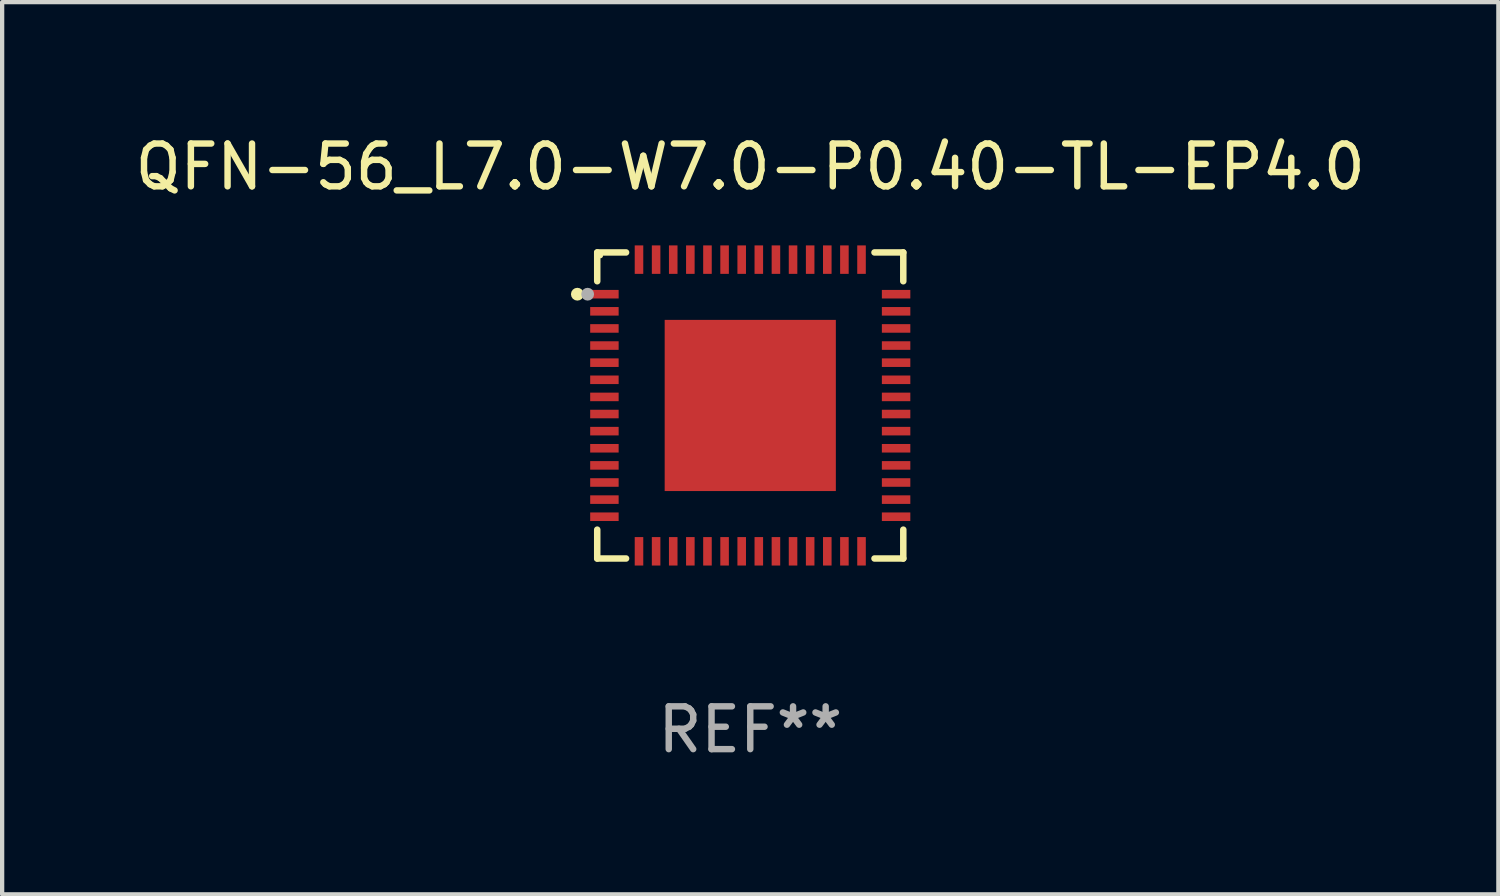
<source format=kicad_pcb>
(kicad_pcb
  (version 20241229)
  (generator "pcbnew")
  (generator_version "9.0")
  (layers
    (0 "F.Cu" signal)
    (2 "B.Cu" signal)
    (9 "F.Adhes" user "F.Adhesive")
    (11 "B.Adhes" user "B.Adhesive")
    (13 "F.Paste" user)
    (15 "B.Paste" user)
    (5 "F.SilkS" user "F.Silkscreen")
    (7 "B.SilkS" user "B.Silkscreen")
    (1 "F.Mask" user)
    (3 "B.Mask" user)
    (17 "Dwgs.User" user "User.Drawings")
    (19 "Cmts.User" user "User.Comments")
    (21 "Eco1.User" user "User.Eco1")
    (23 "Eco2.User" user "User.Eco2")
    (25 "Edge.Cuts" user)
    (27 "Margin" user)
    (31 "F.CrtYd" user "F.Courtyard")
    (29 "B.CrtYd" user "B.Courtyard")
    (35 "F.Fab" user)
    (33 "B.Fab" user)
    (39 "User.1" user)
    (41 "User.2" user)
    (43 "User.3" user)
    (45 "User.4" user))
  (footprint "QFN-56_L7.0-W7.0-P0.40-TL-EP4.0"
    (layer "F.Cu")
    (at 14.482 6.425)
    (property "Reference" "QFN-56_L7.0-W7.0-P0.40-TL-EP4.0" (at 0.000076 -5.576 0) (layer "F.SilkS") (effects (font (size 1 1) (thickness 0.15))))
    (attr through_hole)
    (fp_line (start -3.576 -3.576) (end -3.576 -2.903) (stroke (width 0.152) (type solid)) (layer "F.SilkS"))
    (fp_line (start -3.576 3.576) (end -3.576 2.902) (stroke (width 0.152) (type solid)) (layer "F.SilkS"))
    (fp_line (start -2.902 -3.576) (end -3.576 -3.576) (stroke (width 0.152) (type solid)) (layer "F.SilkS"))
    (fp_line (start -2.902 3.576) (end -3.576 3.576) (stroke (width 0.152) (type solid)) (layer "F.SilkS"))
    (fp_line (start 2.903 -3.576) (end 3.576 -3.576) (stroke (width 0.152) (type solid)) (layer "F.SilkS"))
    (fp_line (start 2.903 3.576) (end 3.576 3.576) (stroke (width 0.152) (type solid)) (layer "F.SilkS"))
    (fp_line (start 3.576 -3.576) (end 3.576 -2.903) (stroke (width 0.152) (type solid)) (layer "F.SilkS"))
    (fp_line (start 3.576 3.576) (end 3.576 2.902) (stroke (width 0.152) (type solid)) (layer "F.SilkS"))
    (fp_circle (center -4.04 -2.6) (end -3.965 -2.6) (stroke (width 0.15) (type solid)) (fill no) (layer "F.SilkS"))
    (fp_circle (center -3.5 -3.5) (end -3.47 -3.5) (stroke (width 0.06) (type solid)) (fill no) (layer "F.SilkS"))
    (fp_circle (center -3.8 -2.6) (end -3.725 -2.6) (stroke (width 0.15) (type solid)) (fill no) (layer "F.Fab"))
    (fp_text user "REF**" (at 0.000076 7.576 0) (layer "F.Fab") (effects (font (size 1 1) (thickness 0.15))))
    (pad "1" smd rect (at -3.408 -2.6) (size 0.665 0.2) (layers "F.Cu" "F.Mask" "F.Paste"))
    (pad "2" smd rect (at -3.408 -2.2) (size 0.665 0.2) (layers "F.Cu" "F.Mask" "F.Paste"))
    (pad "3" smd rect (at -3.408 -1.8) (size 0.665 0.2) (layers "F.Cu" "F.Mask" "F.Paste"))
    (pad "4" smd rect (at -3.408 -1.4) (size 0.665 0.2) (layers "F.Cu" "F.Mask" "F.Paste"))
    (pad "5" smd rect (at -3.408 -1) (size 0.665 0.2) (layers "F.Cu" "F.Mask" "F.Paste"))
    (pad "6" smd rect (at -3.408 -0.6) (size 0.665 0.2) (layers "F.Cu" "F.Mask" "F.Paste"))
    (pad "7" smd rect (at -3.408 -0.2) (size 0.665 0.2) (layers "F.Cu" "F.Mask" "F.Paste"))
    (pad "8" smd rect (at -3.408 0.2) (size 0.665 0.2) (layers "F.Cu" "F.Mask" "F.Paste"))
    (pad "9" smd rect (at -3.408 0.6) (size 0.665 0.2) (layers "F.Cu" "F.Mask" "F.Paste"))
    (pad "10" smd rect (at -3.408 1) (size 0.665 0.2) (layers "F.Cu" "F.Mask" "F.Paste"))
    (pad "11" smd rect (at -3.408 1.4) (size 0.665 0.2) (layers "F.Cu" "F.Mask" "F.Paste"))
    (pad "12" smd rect (at -3.408 1.8) (size 0.665 0.2) (layers "F.Cu" "F.Mask" "F.Paste"))
    (pad "13" smd rect (at -3.408 2.2) (size 0.665 0.2) (layers "F.Cu" "F.Mask" "F.Paste"))
    (pad "14" smd rect (at -3.408 2.6) (size 0.665 0.2) (layers "F.Cu" "F.Mask" "F.Paste"))
    (pad "15" smd rect (at -2.6 3.408) (size 0.2 0.665) (layers "F.Cu" "F.Mask" "F.Paste"))
    (pad "16" smd rect (at -2.2 3.408) (size 0.2 0.665) (layers "F.Cu" "F.Mask" "F.Paste"))
    (pad "17" smd rect (at -1.8 3.408) (size 0.2 0.665) (layers "F.Cu" "F.Mask" "F.Paste"))
    (pad "18" smd rect (at -1.4 3.408) (size 0.2 0.665) (layers "F.Cu" "F.Mask" "F.Paste"))
    (pad "19" smd rect (at -1 3.408) (size 0.2 0.665) (layers "F.Cu" "F.Mask" "F.Paste"))
    (pad "20" smd rect (at -0.6 3.408) (size 0.2 0.665) (layers "F.Cu" "F.Mask" "F.Paste"))
    (pad "21" smd rect (at -0.2 3.408) (size 0.2 0.665) (layers "F.Cu" "F.Mask" "F.Paste"))
    (pad "22" smd rect (at 0.2 3.408) (size 0.2 0.665) (layers "F.Cu" "F.Mask" "F.Paste"))
    (pad "23" smd rect (at 0.6 3.408) (size 0.2 0.665) (layers "F.Cu" "F.Mask" "F.Paste"))
    (pad "24" smd rect (at 1 3.408) (size 0.2 0.665) (layers "F.Cu" "F.Mask" "F.Paste"))
    (pad "25" smd rect (at 1.4 3.408) (size 0.2 0.665) (layers "F.Cu" "F.Mask" "F.Paste"))
    (pad "26" smd rect (at 1.8 3.408) (size 0.2 0.665) (layers "F.Cu" "F.Mask" "F.Paste"))
    (pad "27" smd rect (at 2.2 3.408) (size 0.2 0.665) (layers "F.Cu" "F.Mask" "F.Paste"))
    (pad "28" smd rect (at 2.6 3.408) (size 0.2 0.665) (layers "F.Cu" "F.Mask" "F.Paste"))
    (pad "29" smd rect (at 3.408 2.6) (size 0.665 0.2) (layers "F.Cu" "F.Mask" "F.Paste"))
    (pad "30" smd rect (at 3.408 2.2) (size 0.665 0.2) (layers "F.Cu" "F.Mask" "F.Paste"))
    (pad "31" smd rect (at 3.408 1.8) (size 0.665 0.2) (layers "F.Cu" "F.Mask" "F.Paste"))
    (pad "32" smd rect (at 3.408 1.4) (size 0.665 0.2) (layers "F.Cu" "F.Mask" "F.Paste"))
    (pad "33" smd rect (at 3.408 1) (size 0.665 0.2) (layers "F.Cu" "F.Mask" "F.Paste"))
    (pad "34" smd rect (at 3.408 0.6) (size 0.665 0.2) (layers "F.Cu" "F.Mask" "F.Paste"))
    (pad "35" smd rect (at 3.408 0.2) (size 0.665 0.2) (layers "F.Cu" "F.Mask" "F.Paste"))
    (pad "36" smd rect (at 3.408 -0.2) (size 0.665 0.2) (layers "F.Cu" "F.Mask" "F.Paste"))
    (pad "37" smd rect (at 3.408 -0.6) (size 0.665 0.2) (layers "F.Cu" "F.Mask" "F.Paste"))
    (pad "38" smd rect (at 3.408 -1) (size 0.665 0.2) (layers "F.Cu" "F.Mask" "F.Paste"))
    (pad "39" smd rect (at 3.408 -1.4) (size 0.665 0.2) (layers "F.Cu" "F.Mask" "F.Paste"))
    (pad "40" smd rect (at 3.408 -1.8) (size 0.665 0.2) (layers "F.Cu" "F.Mask" "F.Paste"))
    (pad "41" smd rect (at 3.408 -2.2) (size 0.665 0.2) (layers "F.Cu" "F.Mask" "F.Paste"))
    (pad "42" smd rect (at 3.408 -2.6) (size 0.665 0.2) (layers "F.Cu" "F.Mask" "F.Paste"))
    (pad "43" smd rect (at 2.6 -3.408) (size 0.2 0.665) (layers "F.Cu" "F.Mask" "F.Paste"))
    (pad "44" smd rect (at 2.2 -3.408) (size 0.2 0.665) (layers "F.Cu" "F.Mask" "F.Paste"))
    (pad "45" smd rect (at 1.8 -3.408) (size 0.2 0.665) (layers "F.Cu" "F.Mask" "F.Paste"))
    (pad "46" smd rect (at 1.4 -3.408) (size 0.2 0.665) (layers "F.Cu" "F.Mask" "F.Paste"))
    (pad "47" smd rect (at 1 -3.408) (size 0.2 0.665) (layers "F.Cu" "F.Mask" "F.Paste"))
    (pad "48" smd rect (at 0.6 -3.408) (size 0.2 0.665) (layers "F.Cu" "F.Mask" "F.Paste"))
    (pad "49" smd rect (at 0.2 -3.408) (size 0.2 0.665) (layers "F.Cu" "F.Mask" "F.Paste"))
    (pad "50" smd rect (at -0.2 -3.408) (size 0.2 0.665) (layers "F.Cu" "F.Mask" "F.Paste"))
    (pad "51" smd rect (at -0.6 -3.408) (size 0.2 0.665) (layers "F.Cu" "F.Mask" "F.Paste"))
    (pad "52" smd rect (at -1 -3.408) (size 0.2 0.665) (layers "F.Cu" "F.Mask" "F.Paste"))
    (pad "53" smd rect (at -1.4 -3.408) (size 0.2 0.665) (layers "F.Cu" "F.Mask" "F.Paste"))
    (pad "54" smd rect (at -1.8 -3.408) (size 0.2 0.665) (layers "F.Cu" "F.Mask" "F.Paste"))
    (pad "55" smd rect (at -2.2 -3.408) (size 0.2 0.665) (layers "F.Cu" "F.Mask" "F.Paste"))
    (pad "56" smd rect (at -2.6 -3.408) (size 0.2 0.665) (layers "F.Cu" "F.Mask" "F.Paste"))
    (pad "57" smd rect (at 0.000127 -0.000127) (size 4 4) (layers "F.Cu" "F.Mask" "F.Paste")))
  (gr_rect
    (start -3 -3)
    (end 31.964 17.849)
    (stroke (width 0.1) (type default))
    (fill no)
    (layer "Edge.Cuts")))
</source>
